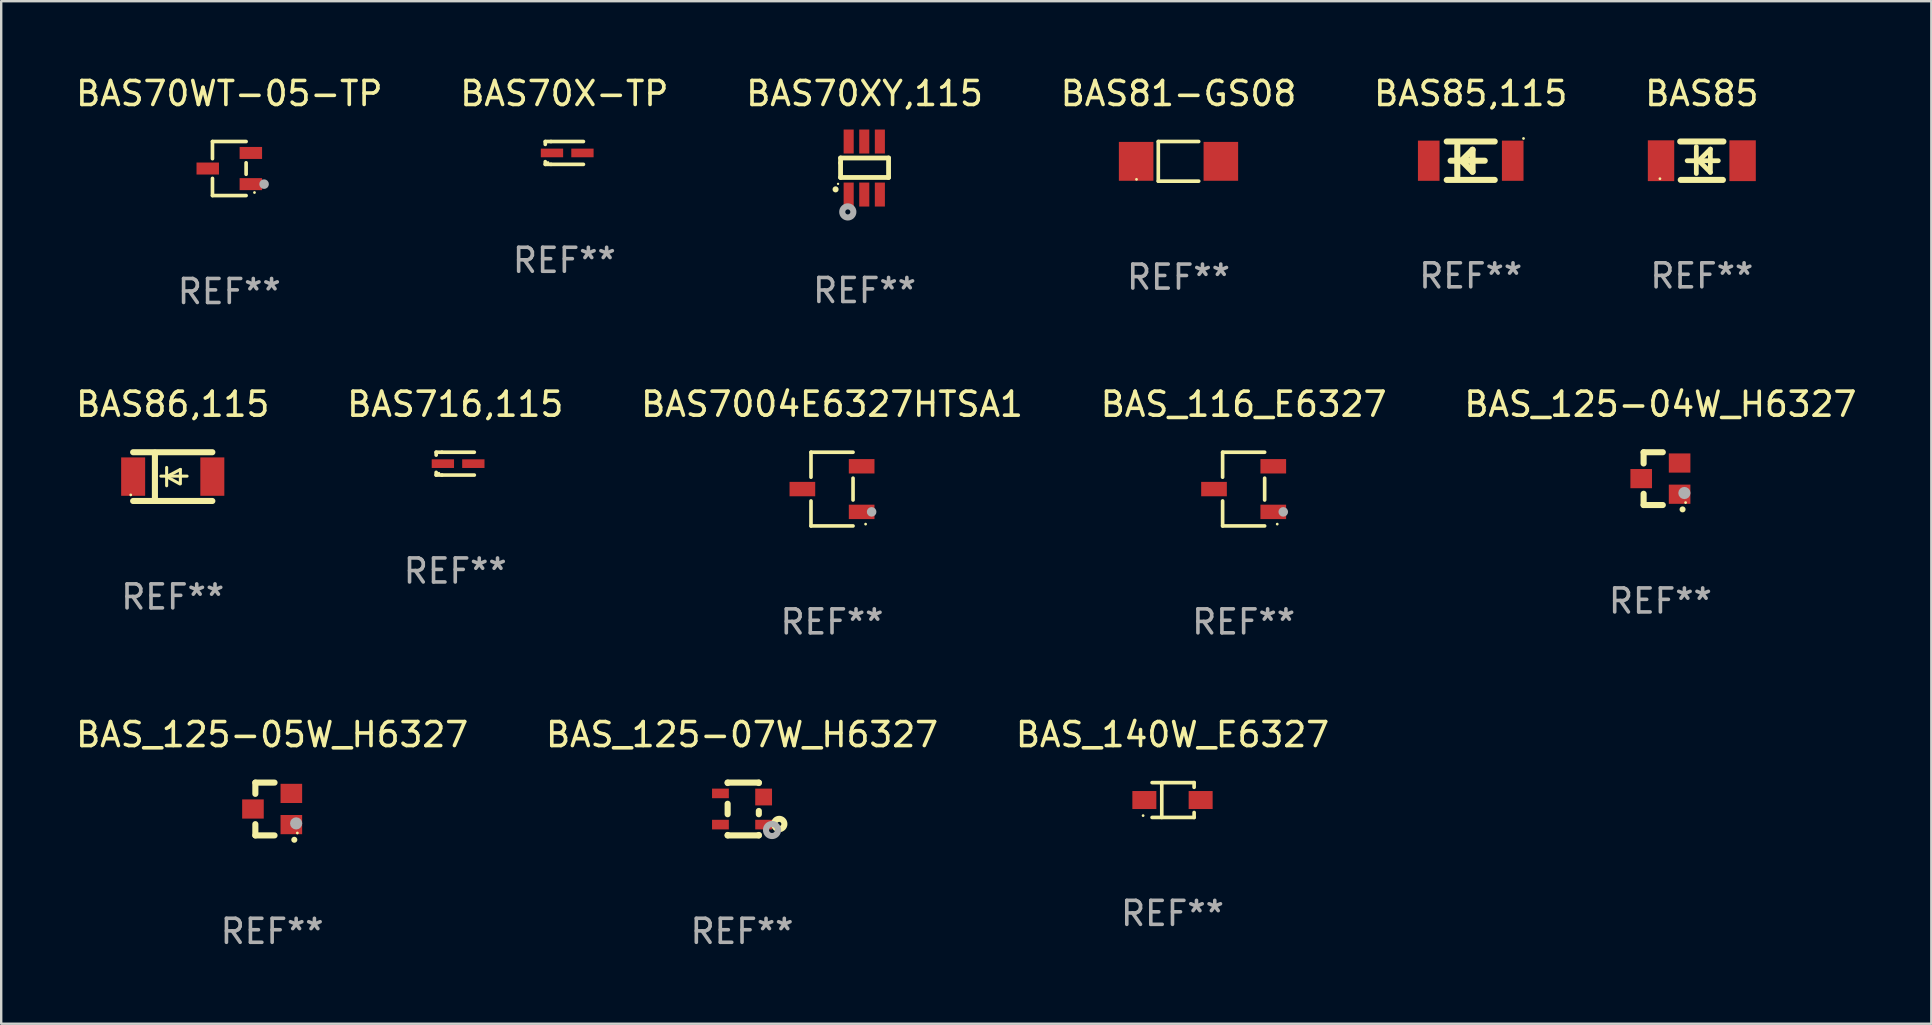
<source format=kicad_pcb>
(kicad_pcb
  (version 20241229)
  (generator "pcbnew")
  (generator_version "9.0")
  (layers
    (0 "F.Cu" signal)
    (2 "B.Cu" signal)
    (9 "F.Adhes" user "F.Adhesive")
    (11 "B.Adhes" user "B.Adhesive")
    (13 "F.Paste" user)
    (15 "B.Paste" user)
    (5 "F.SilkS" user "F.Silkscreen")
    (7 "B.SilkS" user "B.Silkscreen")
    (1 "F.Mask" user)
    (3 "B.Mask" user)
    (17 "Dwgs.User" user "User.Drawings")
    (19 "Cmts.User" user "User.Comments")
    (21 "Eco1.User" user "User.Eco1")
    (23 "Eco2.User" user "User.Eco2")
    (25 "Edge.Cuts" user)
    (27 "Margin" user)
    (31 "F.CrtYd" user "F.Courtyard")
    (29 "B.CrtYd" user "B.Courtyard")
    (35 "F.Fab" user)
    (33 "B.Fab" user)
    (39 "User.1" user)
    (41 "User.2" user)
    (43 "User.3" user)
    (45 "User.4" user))
  (footprint "BAS70WT-05-TP"
    (layer "F.Cu")
    (at 6.506 3.974)
    (property "Reference" "BAS70WT-05-TP" (at 0 -3.126 0) (layer "F.SilkS") (effects (font (size 1 1) (thickness 0.15))))
    (attr through_hole)
    (fp_line (start -0.701 -1.126) (end -0.701 -0.411) (stroke (width 0.152) (type solid)) (layer "F.SilkS"))
    (fp_line (start -0.701 1.126) (end -0.701 0.411) (stroke (width 0.152) (type solid)) (layer "F.SilkS"))
    (fp_line (start 0.701 -1.126) (end -0.701 -1.126) (stroke (width 0.152) (type solid)) (layer "F.SilkS"))
    (fp_line (start 0.701 -0.239) (end 0.701 0.239) (stroke (width 0.152) (type solid)) (layer "F.SilkS"))
    (fp_line (start 0.701 1.126) (end -0.701 1.126) (stroke (width 0.152) (type solid)) (layer "F.SilkS"))
    (fp_circle (center 1.05 1) (end 1.08 1) (stroke (width 0.06) (type solid)) (fill no) (layer "F.SilkS"))
    (fp_circle (center 1.45 0.65) (end 1.55 0.65) (stroke (width 0.2) (type solid)) (fill no) (layer "F.Fab"))
    (fp_text user "REF**" (at 0 5.126 0) (layer "F.Fab") (effects (font (size 1 1) (thickness 0.15))))
    (pad "1" smd rect (at 0.898 0.65) (size 0.936 0.5) (layers "F.Cu" "F.Mask" "F.Paste"))
    (pad "2" smd rect (at 0.898 -0.65) (size 0.936 0.5) (layers "F.Cu" "F.Mask" "F.Paste"))
    (pad "3" smd rect (at -0.898 0) (size 0.936 0.5) (layers "F.Cu" "F.Mask" "F.Paste")))
  (footprint "BAS70XY,115"
    (layer "F.Cu")
    (at 32.982 3.953)
    (property "Reference" "BAS70XY,115" (at 0 -3.105 0) (layer "F.SilkS") (effects (font (size 1 1) (thickness 0.15))))
    (attr through_hole)
    (fp_line (start -1 -0.419) (end -1 -0.213) (stroke (width 0.2) (type solid)) (layer "F.SilkS"))
    (fp_line (start -1 -0.213) (end -1 0.393) (stroke (width 0.2) (type solid)) (layer "F.SilkS"))
    (fp_line (start -1 0.393) (end 1 0.393) (stroke (width 0.2) (type solid)) (layer "F.SilkS"))
    (fp_line (start 1 -0.419) (end -1 -0.419) (stroke (width 0.2) (type solid)) (layer "F.SilkS"))
    (fp_line (start 1 0.393) (end 1 -0.419) (stroke (width 0.2) (type solid)) (layer "F.SilkS"))
    (fp_arc (start -1.208509 0.890272) (mid -1.208515 0.889002) (end -1.208509 0.887732) (stroke (width 0.25) (type solid)) (layer "F.SilkS"))
    (fp_circle (center -1.105 0.66) (end -1.08 0.66) (stroke (width 0.05) (type solid)) (fill no) (layer "F.SilkS"))
    (fp_circle (center -0.699 1.829) (end -0.594 1.829) (stroke (width 0.254) (type solid)) (fill no) (layer "F.Fab"))
    (fp_text user "REF**" (at 0 5.105 0) (layer "F.Fab") (effects (font (size 1 1) (thickness 0.15))))
    (pad "1" smd rect (at -0.663 1.105) (size 0.42 1) (layers "F.Cu" "F.Mask" "F.Paste"))
    (pad "2" smd rect (at -0.013 1.105) (size 0.42 1) (layers "F.Cu" "F.Mask" "F.Paste"))
    (pad "3" smd rect (at 0.637 1.105) (size 0.42 1) (layers "F.Cu" "F.Mask" "F.Paste"))
    (pad "4" smd rect (at 0.637 -1.105 180) (size 0.42 1) (layers "F.Cu" "F.Mask" "F.Paste"))
    (pad "5" smd rect (at -0.013 -1.105 180) (size 0.42 1) (layers "F.Cu" "F.Mask" "F.Paste"))
    (pad "6" smd rect (at -0.663 -1.105 180) (size 0.42 1) (layers "F.Cu" "F.Mask" "F.Paste")))
  (footprint "BAS_116_E6327"
    (layer "F.Cu")
    (at 48.78 17.333)
    (property "Reference" "BAS_116_E6327" (at 0 -3.536 0) (layer "F.SilkS") (effects (font (size 1 1) (thickness 0.15))))
    (attr through_hole)
    (fp_line (start -0.876 -1.536) (end -0.876 -0.495) (stroke (width 0.152) (type solid)) (layer "F.SilkS"))
    (fp_line (start -0.876 1.536) (end -0.876 0.495) (stroke (width 0.152) (type solid)) (layer "F.SilkS"))
    (fp_line (start 0.876 -1.536) (end -0.876 -1.536) (stroke (width 0.152) (type solid)) (layer "F.SilkS"))
    (fp_line (start 0.876 -0.455) (end 0.876 0.455) (stroke (width 0.152) (type solid)) (layer "F.SilkS"))
    (fp_line (start 0.876 1.536) (end -0.876 1.536) (stroke (width 0.152) (type solid)) (layer "F.SilkS"))
    (fp_circle (center 1.4 1.46) (end 1.43 1.46) (stroke (width 0.06) (type solid)) (fill no) (layer "F.SilkS"))
    (fp_circle (center 1.651 0.95) (end 1.751 0.95) (stroke (width 0.2) (type solid)) (fill no) (layer "F.Fab"))
    (fp_text user "REF**" (at 0 5.536 0) (layer "F.Fab") (effects (font (size 1 1) (thickness 0.15))))
    (pad "1" smd rect (at 1.235 0.95) (size 1.07 0.6) (layers "F.Cu" "F.Mask" "F.Paste"))
    (pad "2" smd rect (at 1.235 -0.95) (size 1.07 0.6) (layers "F.Cu" "F.Mask" "F.Paste"))
    (pad "3" smd rect (at -1.235 0) (size 1.07 0.6) (layers "F.Cu" "F.Mask" "F.Paste")))
  (footprint "BAS85,115"
    (layer "F.Cu")
    (at 58.244 3.648)
    (property "Reference" "BAS85,115" (at 0 -2.8 0) (layer "F.SilkS") (effects (font (size 1 1) (thickness 0.15))))
    (attr through_hole)
    (fp_line (start -0.559 0.635) (end -0.559 -0.635) (stroke (width 0.254) (type solid)) (layer "F.SilkS"))
    (fp_line (start -0.381 0) (end 0.076 0.457) (stroke (width 0.254) (type solid)) (layer "F.SilkS"))
    (fp_line (start 0.076 -0.457) (end -0.381 0) (stroke (width 0.254) (type solid)) (layer "F.SilkS"))
    (fp_line (start 0.076 0.457) (end 0.076 -0.457) (stroke (width 0.254) (type solid)) (layer "F.SilkS"))
    (fp_line (start 0.584 0) (end -0.838 0) (stroke (width 0.254) (type solid)) (layer "F.SilkS"))
    (fp_line (start 1 -0.8) (end -1 -0.8) (stroke (width 0.254) (type solid)) (layer "F.SilkS"))
    (fp_line (start 1 0.8) (end -1 0.8) (stroke (width 0.254) (type solid)) (layer "F.SilkS"))
    (fp_circle (center 2.2 -0.927) (end 2.23 -0.927) (stroke (width 0.06) (type solid)) (fill no) (layer "F.SilkS"))
    (fp_text user "REF**" (at 0 4.8 0) (layer "F.Fab") (effects (font (size 1 1) (thickness 0.15))))
    (pad "1" smd rect (at 1.75 0) (size 0.9 1.676) (layers "F.Cu" "F.Mask" "F.Paste"))
    (pad "2" smd rect (at -1.75 0) (size 0.9 1.676) (layers "F.Cu" "F.Mask" "F.Paste")))
  (footprint "BAS85"
    (layer "F.Cu")
    (at 67.875 3.648)
    (property "Reference" "BAS85" (at 0 -2.8 0) (layer "F.SilkS") (effects (font (size 1 1) (thickness 0.15))))
    (attr through_hole)
    (fp_line (start -0.9 -0.8) (end 0.9 -0.8) (stroke (width 0.254) (type solid)) (layer "F.SilkS"))
    (fp_line (start -0.878 0.8) (end 0.878 0.8) (stroke (width 0.254) (type solid)) (layer "F.SilkS"))
    (fp_line (start -0.61 0) (end 0.686 0) (stroke (width 0.2) (type solid)) (layer "F.SilkS"))
    (fp_line (start -0.229 -0.584) (end -0.229 0.533) (stroke (width 0.2) (type solid)) (layer "F.SilkS"))
    (fp_line (start -0.127 0) (end 0.356 -0.483) (stroke (width 0.2) (type solid)) (layer "F.SilkS"))
    (fp_line (start 0.356 -0.483) (end 0.356 0.483) (stroke (width 0.2) (type solid)) (layer "F.SilkS"))
    (fp_line (start 0.356 0.483) (end -0.102 0.025) (stroke (width 0.2) (type solid)) (layer "F.SilkS"))
    (fp_circle (center -1.746 0.75) (end -1.716 0.75) (stroke (width 0.06) (type solid)) (fill no) (layer "F.SilkS"))
    (fp_text user "REF**" (at 0 4.8 0) (layer "F.Fab") (effects (font (size 1 1) (thickness 0.15))))
    (pad "1" smd rect (at -1.7 0 180) (size 1.1 1.7) (layers "F.Cu" "F.Mask" "F.Paste"))
    (pad "2" smd rect (at 1.7 0 180) (size 1.1 1.7) (layers "F.Cu" "F.Mask" "F.Paste")))
  (footprint "BAS70X-TP"
    (layer "F.Cu")
    (at 20.47 3.324)
    (property "Reference" "BAS70X-TP" (at 0 -2.476 0) (layer "F.SilkS") (effects (font (size 1 1) (thickness 0.15))))
    (attr through_hole)
    (fp_line (start -0.795 -0.476) (end -0.795 -0.356) (stroke (width 0.152) (type solid)) (layer "F.SilkS"))
    (fp_line (start -0.795 0.363) (end -0.795 0.476) (stroke (width 0.152) (type solid)) (layer "F.SilkS"))
    (fp_line (start -0.795 0.476) (end -0.557 0.476) (stroke (width 0.152) (type solid)) (layer "F.SilkS"))
    (fp_line (start -0.557 -0.476) (end -0.795 -0.476) (stroke (width 0.152) (type solid)) (layer "F.SilkS"))
    (fp_line (start -0.557 -0.476) (end 0.795 -0.476) (stroke (width 0.152) (type solid)) (layer "F.SilkS"))
    (fp_line (start -0.557 0.476) (end 0.795 0.476) (stroke (width 0.152) (type solid)) (layer "F.SilkS"))
    (fp_circle (center -0.681 0.4) (end -0.651 0.4) (stroke (width 0.06) (type solid)) (fill no) (layer "F.SilkS"))
    (fp_text user "REF**" (at 0 4.476 0) (layer "F.Fab") (effects (font (size 1 1) (thickness 0.15))))
    (pad "1" smd rect (at -0.516 0 180) (size 0.93 0.36) (layers "F.Cu" "F.Mask" "F.Paste"))
    (pad "2" smd rect (at 0.754 0 180) (size 0.93 0.36) (layers "F.Cu" "F.Mask" "F.Paste")))
  (footprint "BAS_125-05W_H6327"
    (layer "F.Cu")
    (at 8.292 30.666)
    (property "Reference" "BAS_125-05W_H6327" (at 0 -3.1 0) (layer "F.SilkS") (effects (font (size 1 1) (thickness 0.15))))
    (attr through_hole)
    (fp_line (start -0.7 -1.1) (end 0.1 -1.1) (stroke (width 0.254) (type solid)) (layer "F.SilkS"))
    (fp_line (start -0.7 -0.631) (end -0.7 -1.1) (stroke (width 0.254) (type solid)) (layer "F.SilkS"))
    (fp_line (start -0.7 1.1) (end -0.7 0.631) (stroke (width 0.254) (type solid)) (layer "F.SilkS"))
    (fp_line (start -0.7 1.1) (end 0.1 1.1) (stroke (width 0.254) (type solid)) (layer "F.SilkS"))
    (fp_arc (start 0.922123 1.282398) (mid 0.923393 1.282392) (end 0.924663 1.282398) (stroke (width 0.24892) (type solid)) (layer "F.SilkS"))
    (fp_circle (center 1.05 1) (end 1.08 1) (stroke (width 0.06) (type solid)) (fill no) (layer "F.SilkS"))
    (fp_circle (center 1 0.6) (end 1.127 0.6) (stroke (width 0.254) (type solid)) (fill no) (layer "F.Fab"))
    (fp_text user "REF**" (at 0 5.1 0) (layer "F.Fab") (effects (font (size 1 1) (thickness 0.15))))
    (pad "1" smd rect (at 0.8 0.65 90) (size 0.8 0.9) (layers "F.Cu" "F.Mask" "F.Paste"))
    (pad "2" smd rect (at 0.8 -0.65 90) (size 0.8 0.9) (layers "F.Cu" "F.Mask" "F.Paste"))
    (pad "3" smd rect (at -0.8 0 90) (size 0.8 0.9) (layers "F.Cu" "F.Mask" "F.Paste")))
  (footprint "BAS86,115"
    (layer "F.Cu")
    (at 4.149 16.813)
    (property "Reference" "BAS86,115" (at 0 -3.016 0) (layer "F.SilkS") (effects (font (size 1 1) (thickness 0.15))))
    (attr through_hole)
    (fp_line (start -1.651 -1.016) (end 1.651 -1.016) (stroke (width 0.254) (type solid)) (layer "F.SilkS"))
    (fp_line (start -1.651 1.016) (end 1.651 1.016) (stroke (width 0.254) (type solid)) (layer "F.SilkS"))
    (fp_line (start -0.743 -1) (end -0.743 1.016) (stroke (width 0.254) (type solid)) (layer "F.SilkS"))
    (fp_line (start -0.495 -0.02) (end 0.597 -0.02) (stroke (width 0.127) (type solid)) (layer "F.SilkS"))
    (fp_line (start -0.254 0) (end -0.254 -0.381) (stroke (width 0.127) (type solid)) (layer "F.SilkS"))
    (fp_line (start -0.254 0) (end -0.254 0.381) (stroke (width 0.127) (type solid)) (layer "F.SilkS"))
    (fp_line (start 0.288 0.301) (end -0.254 0) (stroke (width 0.127) (type solid)) (layer "F.SilkS"))
    (fp_line (start 0.318 -0.299) (end -0.254 0) (stroke (width 0.127) (type solid)) (layer "F.SilkS"))
    (fp_line (start 0.318 -0.299) (end 0.318 0.301) (stroke (width 0.127) (type solid)) (layer "F.SilkS"))
    (fp_circle (center -1.75 0.763) (end -1.72 0.763) (stroke (width 0.06) (type solid)) (fill no) (layer "F.SilkS"))
    (fp_text user "REF**" (at 0 5.016 0) (layer "F.Fab") (effects (font (size 1 1) (thickness 0.15))))
    (pad "1" smd rect (at -1.65 0 90) (size 1.6 1) (layers "F.Cu" "F.Mask" "F.Paste"))
    (pad "2" smd rect (at 1.65 0 90) (size 1.6 1) (layers "F.Cu" "F.Mask" "F.Paste")))
  (footprint "BAS_140W_E6327"
    (layer "F.Cu")
    (at 45.815 30.292)
    (property "Reference" "BAS_140W_E6327" (at 0 -2.726 0) (layer "F.SilkS") (effects (font (size 1 1) (thickness 0.15))))
    (attr through_hole)
    (fp_line (start -0.851 -0.726) (end 0.901 -0.726) (stroke (width 0.152) (type solid)) (layer "F.SilkS"))
    (fp_line (start -0.851 0.726) (end 0.901 0.726) (stroke (width 0.152) (type solid)) (layer "F.SilkS"))
    (fp_line (start -0.447 -0.726) (end -0.447 0.726) (stroke (width 0.152) (type solid)) (layer "F.SilkS"))
    (fp_line (start 0.901 -0.726) (end 0.901 -0.53) (stroke (width 0.152) (type solid)) (layer "F.SilkS"))
    (fp_line (start 0.901 0.726) (end 0.901 0.52) (stroke (width 0.152) (type solid)) (layer "F.SilkS"))
    (fp_circle (center -1.225 0.65) (end -1.195 0.65) (stroke (width 0.06) (type solid)) (fill no) (layer "F.SilkS"))
    (fp_text user "REF**" (at 0 4.726 0) (layer "F.Fab") (effects (font (size 1 1) (thickness 0.15))))
    (pad "1" smd rect (at -1.173 0) (size 1 0.75) (layers "F.Cu" "F.Mask" "F.Paste"))
    (pad "2" smd rect (at 1.173 0) (size 1 0.75) (layers "F.Cu" "F.Mask" "F.Paste")))
  (footprint "BAS_125-04W_H6327"
    (layer "F.Cu")
    (at 66.149 16.897)
    (property "Reference" "BAS_125-04W_H6327" (at 0 -3.1 0) (layer "F.SilkS") (effects (font (size 1 1) (thickness 0.15))))
    (attr through_hole)
    (fp_line (start -0.7 -1.1) (end 0.1 -1.1) (stroke (width 0.254) (type solid)) (layer "F.SilkS"))
    (fp_line (start -0.7 -0.631) (end -0.7 -1.1) (stroke (width 0.254) (type solid)) (layer "F.SilkS"))
    (fp_line (start -0.7 1.1) (end -0.7 0.631) (stroke (width 0.254) (type solid)) (layer "F.SilkS"))
    (fp_line (start -0.7 1.1) (end 0.1 1.1) (stroke (width 0.254) (type solid)) (layer "F.SilkS"))
    (fp_arc (start 0.922123 1.282398) (mid 0.923393 1.282392) (end 0.924663 1.282398) (stroke (width 0.24892) (type solid)) (layer "F.SilkS"))
    (fp_circle (center 1.05 1) (end 1.08 1) (stroke (width 0.06) (type solid)) (fill no) (layer "F.SilkS"))
    (fp_circle (center 1 0.6) (end 1.127 0.6) (stroke (width 0.254) (type solid)) (fill no) (layer "F.Fab"))
    (fp_text user "REF**" (at 0 5.1 0) (layer "F.Fab") (effects (font (size 1 1) (thickness 0.15))))
    (pad "1" smd rect (at 0.8 0.65 90) (size 0.8 0.9) (layers "F.Cu" "F.Mask" "F.Paste"))
    (pad "2" smd rect (at 0.8 -0.65 90) (size 0.8 0.9) (layers "F.Cu" "F.Mask" "F.Paste"))
    (pad "3" smd rect (at -0.8 0 90) (size 0.8 0.9) (layers "F.Cu" "F.Mask" "F.Paste")))
  (footprint "BAS_125-07W_H6327"
    (layer "F.Cu")
    (at 27.875 30.666)
    (property "Reference" "BAS_125-07W_H6327" (at 0 -3.1 0) (layer "F.SilkS") (effects (font (size 1 1) (thickness 0.15))))
    (attr through_hole)
    (fp_line (start -0.6 -1.1) (end -0.6 -1.081) (stroke (width 0.254) (type solid)) (layer "F.SilkS"))
    (fp_line (start -0.6 -1.1) (end 0.7 -1.1) (stroke (width 0.254) (type solid)) (layer "F.SilkS"))
    (fp_line (start -0.6 -0.219) (end -0.6 0.219) (stroke (width 0.254) (type solid)) (layer "F.SilkS"))
    (fp_line (start -0.6 1.081) (end -0.6 1.1) (stroke (width 0.254) (type solid)) (layer "F.SilkS"))
    (fp_line (start -0.6 1.1) (end 0.7 1.1) (stroke (width 0.254) (type solid)) (layer "F.SilkS"))
    (fp_line (start 0.7 -1.1) (end 0.7 -1.081) (stroke (width 0.254) (type solid)) (layer "F.SilkS"))
    (fp_line (start 0.7 0.081) (end 0.7 0.219) (stroke (width 0.254) (type solid)) (layer "F.SilkS"))
    (fp_line (start 0.7 1.081) (end 0.7 1.1) (stroke (width 0.254) (type solid)) (layer "F.SilkS"))
    (fp_circle (center 1.05 1) (end 1.07 1) (stroke (width 0.04) (type solid)) (fill no) (layer "F.SilkS"))
    (fp_circle (center 1.55 0.625) (end 1.638 0.625) (stroke (width 0.254) (type solid)) (fill no) (layer "F.SilkS"))
    (fp_circle (center 1.25 0.875) (end 1.375 0.875) (stroke (width 0.254) (type solid)) (fill no) (layer "F.Fab"))
    (fp_text user "REF**" (at 0 5.1 0) (layer "F.Fab") (effects (font (size 1 1) (thickness 0.15))))
    (pad "1" smd rect (at 0.9 0.65 90) (size 0.4 0.7) (layers "F.Cu" "F.Mask" "F.Paste"))
    (pad "2" smd rect (at 0.9 -0.5 90) (size 0.7 0.7) (layers "F.Cu" "F.Mask" "F.Paste"))
    (pad "3" smd rect (at -0.9 -0.65 90) (size 0.4 0.7) (layers "F.Cu" "F.Mask" "F.Paste"))
    (pad "4" smd rect (at -0.9 0.65 90) (size 0.4 0.7) (layers "F.Cu" "F.Mask" "F.Paste")))
  (footprint "BAS81-GS08"
    (layer "F.Cu")
    (at 46.065 3.674)
    (property "Reference" "BAS81-GS08" (at 0 -2.826 0) (layer "F.SilkS") (effects (font (size 1 1) (thickness 0.15))))
    (attr through_hole)
    (fp_line (start -0.842 -0.826) (end -0.842 0.826) (stroke (width 0.152) (type solid)) (layer "F.SilkS"))
    (fp_line (start -0.842 -0.826) (end 0.842 -0.826) (stroke (width 0.152) (type solid)) (layer "F.SilkS"))
    (fp_line (start -0.842 0.826) (end 0.842 0.826) (stroke (width 0.152) (type solid)) (layer "F.SilkS"))
    (fp_circle (center -1.75 0.75) (end -1.72 0.75) (stroke (width 0.06) (type solid)) (fill no) (layer "F.SilkS"))
    (fp_text user "REF**" (at 0 4.826 0) (layer "F.Fab") (effects (font (size 1 1) (thickness 0.15))))
    (pad "1" smd rect (at -1.765 0) (size 1.44 1.62) (layers "F.Cu" "F.Mask" "F.Paste"))
    (pad "2" smd rect (at 1.765 0) (size 1.44 1.62) (layers "F.Cu" "F.Mask" "F.Paste")))
  (footprint "BAS7004E6327HTSA1"
    (layer "F.Cu")
    (at 31.625 17.333)
    (property "Reference" "BAS7004E6327HTSA1" (at 0 -3.536 0) (layer "F.SilkS") (effects (font (size 1 1) (thickness 0.15))))
    (attr through_hole)
    (fp_line (start -0.876 -1.536) (end -0.876 -0.495) (stroke (width 0.152) (type solid)) (layer "F.SilkS"))
    (fp_line (start -0.876 1.536) (end -0.876 0.495) (stroke (width 0.152) (type solid)) (layer "F.SilkS"))
    (fp_line (start 0.876 -1.536) (end -0.876 -1.536) (stroke (width 0.152) (type solid)) (layer "F.SilkS"))
    (fp_line (start 0.876 -0.455) (end 0.876 0.455) (stroke (width 0.152) (type solid)) (layer "F.SilkS"))
    (fp_line (start 0.876 1.536) (end -0.876 1.536) (stroke (width 0.152) (type solid)) (layer "F.SilkS"))
    (fp_circle (center 1.4 1.46) (end 1.43 1.46) (stroke (width 0.06) (type solid)) (fill no) (layer "F.SilkS"))
    (fp_circle (center 1.651 0.95) (end 1.751 0.95) (stroke (width 0.2) (type solid)) (fill no) (layer "F.Fab"))
    (fp_text user "REF**" (at 0 5.536 0) (layer "F.Fab") (effects (font (size 1 1) (thickness 0.15))))
    (pad "1" smd rect (at 1.235 0.95) (size 1.07 0.6) (layers "F.Cu" "F.Mask" "F.Paste"))
    (pad "2" smd rect (at 1.235 -0.95) (size 1.07 0.6) (layers "F.Cu" "F.Mask" "F.Paste"))
    (pad "3" smd rect (at -1.235 0) (size 1.07 0.6) (layers "F.Cu" "F.Mask" "F.Paste")))
  (footprint "BAS716,115"
    (layer "F.Cu")
    (at 15.923 16.273)
    (property "Reference" "BAS716,115" (at 0 -2.476 0) (layer "F.SilkS") (effects (font (size 1 1) (thickness 0.15))))
    (attr through_hole)
    (fp_line (start -0.795 -0.476) (end -0.795 -0.356) (stroke (width 0.152) (type solid)) (layer "F.SilkS"))
    (fp_line (start -0.795 0.363) (end -0.795 0.476) (stroke (width 0.152) (type solid)) (layer "F.SilkS"))
    (fp_line (start -0.795 0.476) (end -0.557 0.476) (stroke (width 0.152) (type solid)) (layer "F.SilkS"))
    (fp_line (start -0.557 -0.476) (end -0.795 -0.476) (stroke (width 0.152) (type solid)) (layer "F.SilkS"))
    (fp_line (start -0.557 -0.476) (end 0.795 -0.476) (stroke (width 0.152) (type solid)) (layer "F.SilkS"))
    (fp_line (start -0.557 0.476) (end 0.795 0.476) (stroke (width 0.152) (type solid)) (layer "F.SilkS"))
    (fp_circle (center -0.681 0.4) (end -0.651 0.4) (stroke (width 0.06) (type solid)) (fill no) (layer "F.SilkS"))
    (fp_text user "REF**" (at 0 4.476 0) (layer "F.Fab") (effects (font (size 1 1) (thickness 0.15))))
    (pad "1" smd rect (at -0.516 0 180) (size 0.93 0.36) (layers "F.Cu" "F.Mask" "F.Paste"))
    (pad "2" smd rect (at 0.754 0 180) (size 0.93 0.36) (layers "F.Cu" "F.Mask" "F.Paste")))
  (gr_rect
    (start -3 -3)
    (end 77.44 39.614)
    (stroke (width 0.1) (type default))
    (fill no)
    (layer "Edge.Cuts")))
</source>
